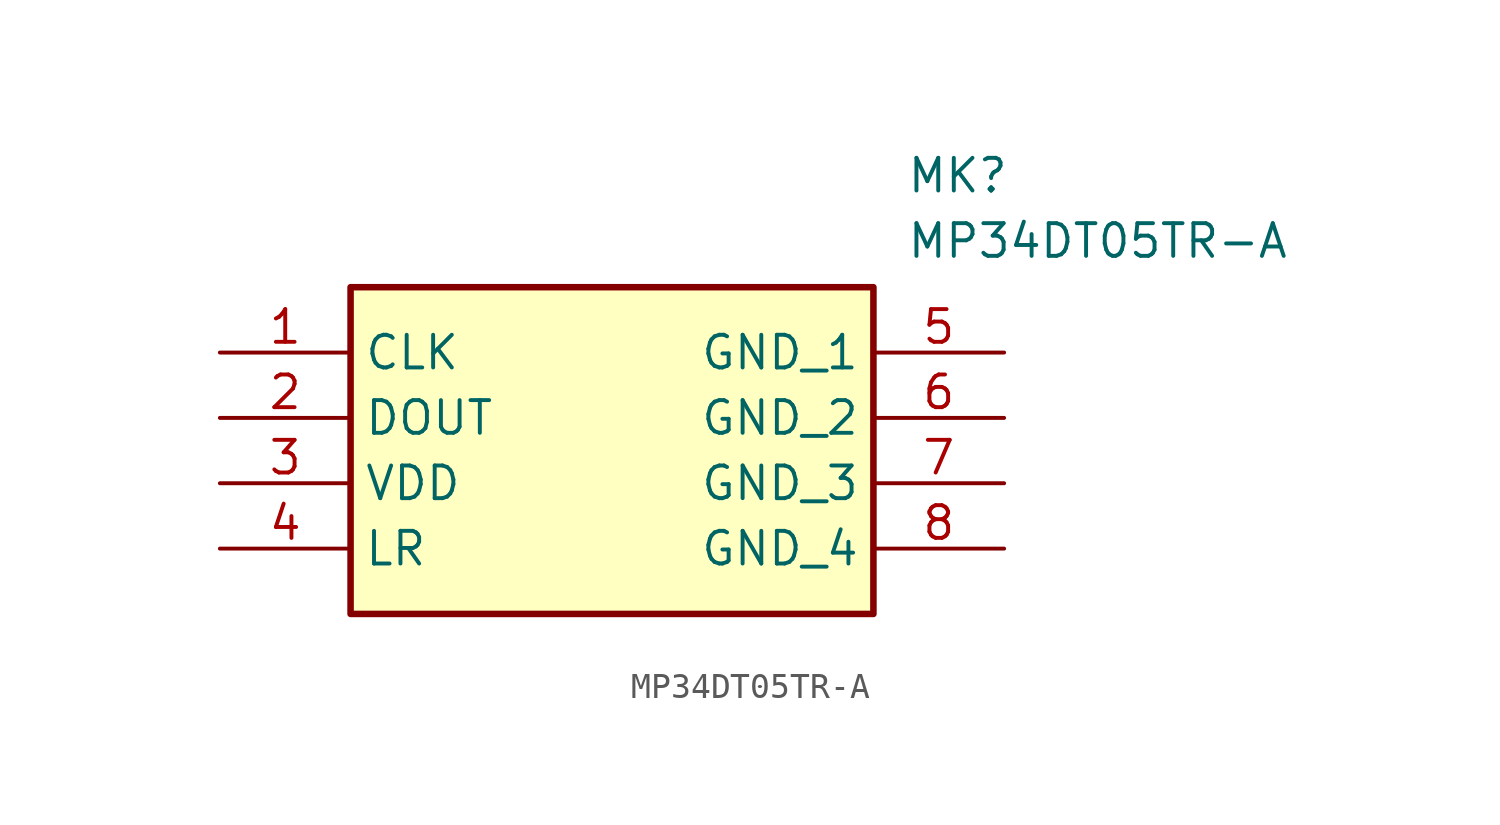
<source format=kicad_sym>
(kicad_symbol_lib
  (version 20211014)
  (generator SamacSys_ECAD_Model)
  (symbol "MP34DT05TR-A"
    (property "Reference" "MK"
      (at 26.67 7.62 0)
      (effects (font (size 1.27 1.27)) (justify left top)))
    (property "Value" "MP34DT05TR-A"
      (at 26.67 5.08 0)
      (effects (font (size 1.27 1.27)) (justify left top)))
    (rectangle
      (start 5.08 2.54)
      (end 25.4 -10.16)
      (stroke (width 0.254) (type default))
      (fill (type background)))
    (pin passive line
      (at 0 0 0)
      (length 5.08)
      (name "CLK" (effects (font (size 1.27 1.27))))
      (number "1" (effects (font (size 1.27 1.27)))))
    (pin passive line
      (at 0 -2.54 0)
      (length 5.08)
      (name "DOUT" (effects (font (size 1.27 1.27))))
      (number "2" (effects (font (size 1.27 1.27)))))
    (pin passive line
      (at 0 -5.08 0)
      (length 5.08)
      (name "VDD" (effects (font (size 1.27 1.27))))
      (number "3" (effects (font (size 1.27 1.27)))))
    (pin passive line
      (at 0 -7.62 0)
      (length 5.08)
      (name "LR" (effects (font (size 1.27 1.27))))
      (number "4" (effects (font (size 1.27 1.27)))))
    (pin passive line
      (at 30.48 0 180)
      (length 5.08)
      (name "GND_1" (effects (font (size 1.27 1.27))))
      (number "5" (effects (font (size 1.27 1.27)))))
    (pin passive line
      (at 30.48 -2.54 180)
      (length 5.08)
      (name "GND_2" (effects (font (size 1.27 1.27))))
      (number "6" (effects (font (size 1.27 1.27)))))
    (pin passive line
      (at 30.48 -5.08 180)
      (length 5.08)
      (name "GND_3" (effects (font (size 1.27 1.27))))
      (number "7" (effects (font (size 1.27 1.27)))))
    (pin passive line
      (at 30.48 -7.62 180)
      (length 5.08)
      (name "GND_4" (effects (font (size 1.27 1.27))))
      (number "8" (effects (font (size 1.27 1.27)))))))
</source>
